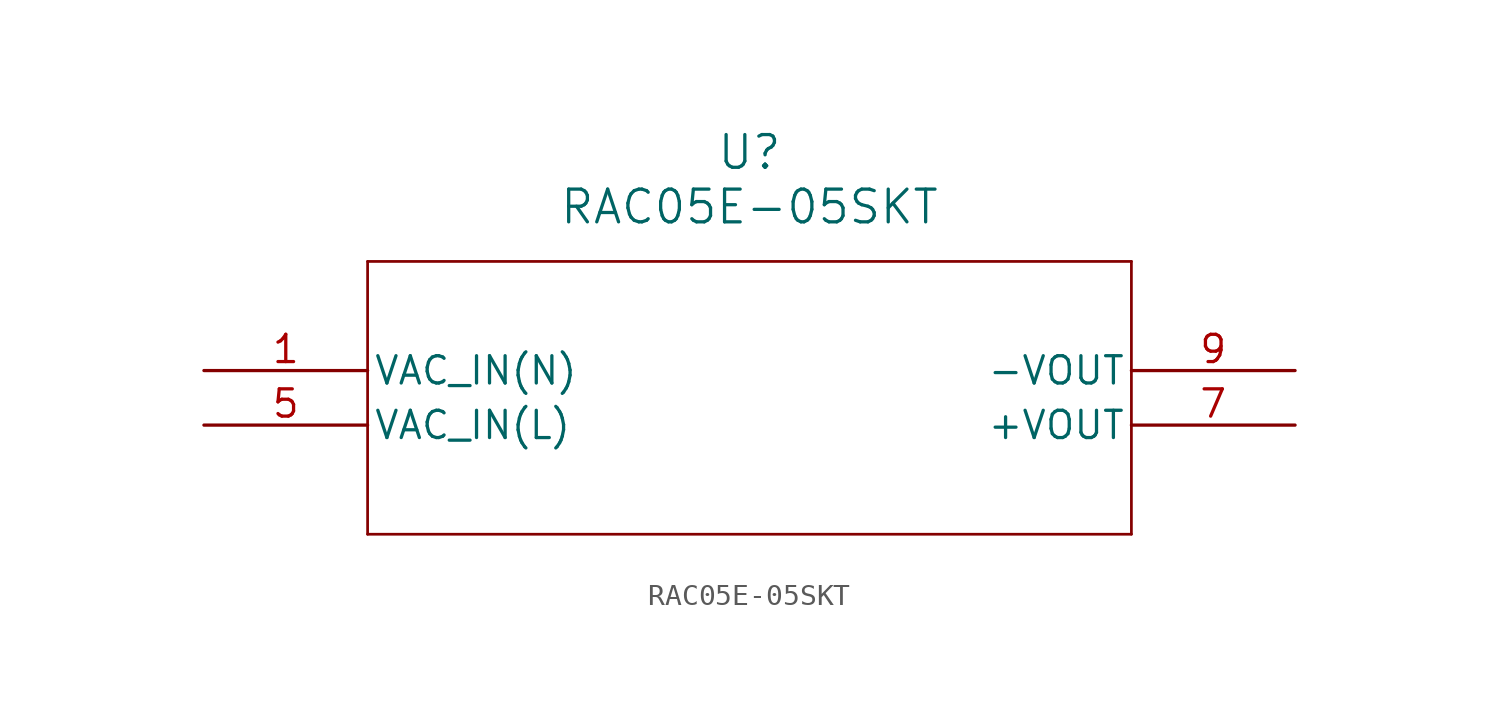
<source format=kicad_sym>
(kicad_symbol_lib
  (version 20211014)
  (generator kicad_symbol_editor)
  (symbol "RAC05E-05SKT"
    (pin_names
      (offset 0.254))
    (property "Reference" "U"
      (at 25.4 10.16 0)
      (effects (font (size 1.524 1.524))))
    (property "Value" "RAC05E-05SKT"
      (at 25.4 7.62 0)
      (effects (font (size 1.524 1.524))))
    (symbol "RAC05E-05SKT_0_1"
      (polyline (pts (xy 7.62 5.08) (xy 7.62 -7.62)) (stroke (width 0.127) (type default) (color 0 0 0 0)) (fill (type none)))
      (polyline (pts (xy 7.62 -7.62) (xy 43.18 -7.62)) (stroke (width 0.127) (type default) (color 0 0 0 0)) (fill (type none)))
      (polyline (pts (xy 43.18 -7.62) (xy 43.18 5.08)) (stroke (width 0.127) (type default) (color 0 0 0 0)) (fill (type none)))
      (polyline (pts (xy 43.18 5.08) (xy 7.62 5.08)) (stroke (width 0.127) (type default) (color 0 0 0 0)) (fill (type none)))
      (pin power_in line (at 0 0 0) (length 7.62) (name "VAC_IN(N)" (effects (font (size 1.27 1.27)))) (number "1" (effects (font (size 1.27 1.27)))))
      (pin power_in line (at 0 -2.54 0) (length 7.62) (name "VAC_IN(L)" (effects (font (size 1.27 1.27)))) (number "5" (effects (font (size 1.27 1.27)))))
      (pin output line (at 50.8 -2.54 180) (length 7.62) (name "+VOUT" (effects (font (size 1.27 1.27)))) (number "7" (effects (font (size 1.27 1.27)))))
      (pin output line (at 50.8 0 180) (length 7.62) (name "-VOUT" (effects (font (size 1.27 1.27)))) (number "9" (effects (font (size 1.27 1.27))))))))
</source>
